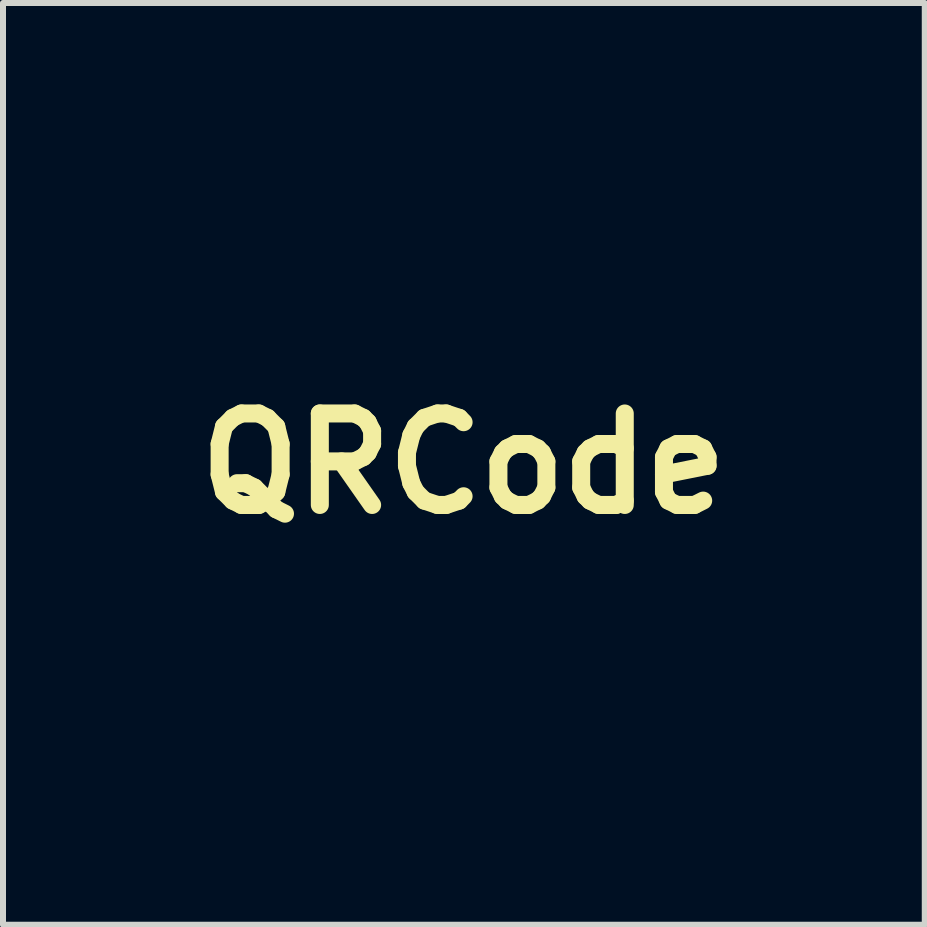
<source format=kicad_pcb>
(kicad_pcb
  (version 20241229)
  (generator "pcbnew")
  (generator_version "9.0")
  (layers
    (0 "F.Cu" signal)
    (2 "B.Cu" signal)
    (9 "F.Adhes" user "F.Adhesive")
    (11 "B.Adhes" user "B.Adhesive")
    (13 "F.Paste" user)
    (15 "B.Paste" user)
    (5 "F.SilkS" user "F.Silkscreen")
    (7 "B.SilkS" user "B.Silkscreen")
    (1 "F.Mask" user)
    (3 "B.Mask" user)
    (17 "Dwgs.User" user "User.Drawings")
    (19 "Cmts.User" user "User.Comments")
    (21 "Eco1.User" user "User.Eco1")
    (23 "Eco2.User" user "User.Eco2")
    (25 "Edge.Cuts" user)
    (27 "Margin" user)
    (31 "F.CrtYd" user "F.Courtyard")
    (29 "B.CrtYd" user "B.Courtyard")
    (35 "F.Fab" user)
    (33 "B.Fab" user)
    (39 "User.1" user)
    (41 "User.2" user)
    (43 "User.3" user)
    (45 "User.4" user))
  (footprint "QRCode"
    (layer "F.Cu")
    (at 4.673 4.673)
    (property "Reference" "QRCode" (at 0 0 0) (layer "F.SilkS") (effects (font (size 1.524 1.524) (thickness 0.3))))
    (attr board_only exclude_from_pos_files exclude_from_bom)
    (fp_poly (pts (xy -4.351 -1.124) (xy -4.673 -1.124) (xy -4.673 -1.447) (xy -4.351 -1.447)) (stroke (width 0) (type solid)) (fill yes) (layer "F.Mask"))
    (fp_poly (pts (xy -4.351 1.134) (xy -4.673 1.134) (xy -4.673 0.811) (xy -4.351 0.811)) (stroke (width 0) (type solid)) (fill yes) (layer "F.Mask"))
    (fp_poly (pts (xy -3.705 2.102) (xy -4.673 2.102) (xy -4.673 1.779) (xy -3.705 1.779)) (stroke (width 0) (type solid)) (fill yes) (layer "F.Mask"))
    (fp_poly (pts (xy -3.06 -3.06) (xy -4.028 -3.06) (xy -4.028 -4.028) (xy -3.06 -4.028)) (stroke (width 0) (type solid)) (fill yes) (layer "F.Mask"))
    (fp_poly (pts (xy -3.06 4.038) (xy -4.028 4.038) (xy -4.028 3.07) (xy -3.06 3.07)) (stroke (width 0) (type solid)) (fill yes) (layer "F.Mask"))
    (fp_poly (pts (xy -2.415 0.811) (xy -2.737 0.811) (xy -2.737 0.489) (xy -2.415 0.489)) (stroke (width 0) (type solid)) (fill yes) (layer "F.Mask"))
    (fp_poly (pts (xy -2.415 1.457) (xy -2.737 1.457) (xy -2.737 1.134) (xy -2.415 1.134)) (stroke (width 0) (type solid)) (fill yes) (layer "F.Mask"))
    (fp_poly (pts (xy -1.124 0.811) (xy -1.447 0.811) (xy -1.447 0.489) (xy -1.124 0.489)) (stroke (width 0) (type solid)) (fill yes) (layer "F.Mask"))
    (fp_poly (pts (xy -0.479 -2.415) (xy -0.802 -2.415) (xy -0.802 -2.737) (xy -0.479 -2.737)) (stroke (width 0) (type solid)) (fill yes) (layer "F.Mask"))
    (fp_poly (pts (xy -0.479 -1.77) (xy -0.802 -1.77) (xy -0.802 -2.092) (xy -0.479 -2.092)) (stroke (width 0) (type solid)) (fill yes) (layer "F.Mask"))
    (fp_poly (pts (xy 1.457 -4.351) (xy 1.134 -4.351) (xy 1.134 -4.673) (xy 1.457 -4.673)) (stroke (width 0) (type solid)) (fill yes) (layer "F.Mask"))
    (fp_poly (pts (xy 1.457 -2.415) (xy 1.134 -2.415) (xy 1.134 -2.737) (xy 1.457 -2.737)) (stroke (width 0) (type solid)) (fill yes) (layer "F.Mask"))
    (fp_poly (pts (xy 2.102 -4.028) (xy 1.457 -4.028) (xy 1.457 -4.351) (xy 2.102 -4.351)) (stroke (width 0) (type solid)) (fill yes) (layer "F.Mask"))
    (fp_poly (pts (xy 2.747 2.747) (xy 2.425 2.747) (xy 2.425 2.425) (xy 2.747 2.425)) (stroke (width 0) (type solid)) (fill yes) (layer "F.Mask"))
    (fp_poly (pts (xy 4.038 -3.06) (xy 3.07 -3.06) (xy 3.07 -4.028) (xy 4.038 -4.028)) (stroke (width 0) (type solid)) (fill yes) (layer "F.Mask"))
    (fp_poly (pts (xy 3.07 0.811) (xy 3.715 0.811) (xy 3.715 1.134) (xy 2.425 1.134) (xy 2.425 0.811) (xy 2.747 0.811) (xy 2.747 0.489) (xy 3.07 0.489)) (stroke (width 0) (type solid)) (fill yes) (layer "F.Mask"))
    (fp_poly (pts (xy -2.415 -2.415) (xy -4.673 -2.415) (xy -4.673 -2.737) (xy -4.351 -2.737) (xy -2.737 -2.737) (xy -2.737 -4.351) (xy -4.351 -4.351) (xy -4.351 -2.737) (xy -4.673 -2.737) (xy -4.673 -4.673) (xy -2.415 -4.673)) (stroke (width 0) (type solid)) (fill yes) (layer "F.Mask"))
    (fp_poly (pts (xy -2.415 4.683) (xy -4.673 4.683) (xy -4.673 4.36) (xy -4.351 4.36) (xy -2.737 4.36) (xy -2.737 2.747) (xy -4.351 2.747) (xy -4.351 4.36) (xy -4.673 4.36) (xy -4.673 2.425) (xy -2.415 2.425)) (stroke (width 0) (type solid)) (fill yes) (layer "F.Mask"))
    (fp_poly (pts (xy 4.683 -2.415) (xy 2.425 -2.415) (xy 2.425 -2.737) (xy 2.747 -2.737) (xy 4.36 -2.737) (xy 4.36 -4.351) (xy 2.747 -4.351) (xy 2.747 -2.737) (xy 2.425 -2.737) (xy 2.425 -4.673) (xy 4.683 -4.673)) (stroke (width 0) (type solid)) (fill yes) (layer "F.Mask"))
    (fp_poly (pts (xy -1.77 -4.028) (xy -1.447 -4.028) (xy -1.447 -3.705) (xy -1.124 -3.705) (xy -1.124 -2.415) (xy -0.802 -2.415) (xy -0.802 -2.092) (xy -1.124 -2.092) (xy -1.124 -1.77) (xy -1.447 -1.77) (xy -1.447 -2.737) (xy -1.77 -2.737) (xy -1.77 -2.415) (xy -2.092 -2.415) (xy -2.092 -3.06) (xy -1.77 -3.06) (xy -1.77 -3.383) (xy -2.092 -3.383) (xy -2.092 -4.673) (xy -1.77 -4.673)) (stroke (width 0) (type solid)) (fill yes) (layer "F.Mask"))
    (fp_poly (pts (xy -1.77 -1.77) (xy -1.77 -1.447) (xy -1.124 -1.447) (xy -1.124 -1.124) (xy -1.447 -1.124) (xy -1.447 -0.802) (xy -1.77 -0.802) (xy -1.77 -1.124) (xy -2.092 -1.124) (xy -2.092 -0.802) (xy -2.415 -0.802) (xy -2.415 -0.479) (xy -2.737 -0.479) (xy -2.737 -0.156) (xy -2.415 -0.156) (xy -2.415 0.166) (xy -2.092 0.166) (xy -2.092 -0.156) (xy -1.124 -0.156) (xy -0.802 -0.156) (xy -0.802 -0.479) (xy -1.124 -0.479) (xy -1.124 -0.156) (xy -2.092 -0.156) (xy -2.092 -0.479) (xy -1.124 -0.479) (xy -1.124 -0.802) (xy -0.802 -0.802) (xy -0.802 -1.124) (xy -0.479 -1.124) (xy -0.479 0.811) (xy -0.802 0.811) (xy -0.802 1.457) (xy -0.479 1.457) (xy -0.479 2.102) (xy 0.489 2.102) (xy 0.489 1.457) (xy 0.166 1.457) (xy 0.166 1.779) (xy -0.156 1.779) (xy -0.156 0.811) (xy 0.166 0.811) (xy 0.166 0.489) (xy -0.156 0.489) (xy -0.156 -0.479) (xy 0.166 -0.479) (xy 0.489 -0.479) (xy 0.489 -1.124) (xy 0.166 -1.124) (xy 0.166 -0.479) (xy -0.156 -0.479) (xy -0.156 -1.447) (xy 0.811 -1.447) (xy 1.134 -1.447) (xy 1.134 -1.77) (xy 0.811 -1.77) (xy 0.811 -1.447) (xy -0.156 -1.447) (xy -0.156 -1.77) (xy 0.166 -1.77) (xy 0.489 -1.77) (xy 0.811 -1.77) (xy 0.811 -2.092) (xy 0.489 -2.092) (xy 0.489 -1.77) (xy 0.166 -1.77) (xy 0.166 -2.415) (xy 0.489 -2.415) (xy 0.489 -2.737) (xy 0.811 -2.737) (xy 0.811 -2.415) (xy 1.134 -2.415) (xy 1.134 -1.77) (xy 1.457 -1.77) (xy 1.457 -2.092) (xy 1.779 -2.092) (xy 1.779 -2.737) (xy 1.457 -2.737) (xy 1.457 -3.06) (xy 1.134 -3.06) (xy 1.134 -3.383) (xy 0.811 -3.383) (xy 0.811 -3.06) (xy 0.166 -3.06) (xy 0.166 -2.415) (xy -0.156 -2.415) (xy -0.156 -2.737) (xy -0.479 -2.737) (xy -0.479 -3.06) (xy -0.156 -3.06) (xy -0.156 -3.383) (xy 0.166 -3.383) (xy 0.811 -3.383) (xy 0.811 -3.705) (xy 0.166 -3.705) (xy 0.166 -3.383) (xy -0.156 -3.383) (xy -0.479 -3.383) (xy -0.479 -3.06) (xy -0.802 -3.06) (xy -0.802 -4.028) (xy -1.124 -4.028) (xy -1.124 -4.351) (xy -0.479 -4.351) (xy -0.479 -4.673) (xy -0.156 -4.673) (xy -0.156 -4.028) (xy -0.479 -4.028) (xy -0.479 -3.705) (xy 0.166 -3.705) (xy 0.166 -4.028) (xy 0.489 -4.028) (xy 0.489 -4.351) (xy 0.166 -4.351) (xy 0.166 -4.673) (xy 0.811 -4.673) (xy 0.811 -4.028) (xy 1.457 -4.028) (xy 1.457 -3.705) (xy 1.779 -3.705) (xy 1.779 -3.383) (xy 1.457 -3.383) (xy 1.457 -3.06) (xy 2.102 -3.06) (xy 2.102 -2.092) (xy 1.779 -2.092) (xy 1.779 -1.77) (xy 1.457 -1.77) (xy 1.457 -1.124) (xy 1.779 -1.124) (xy 1.779 -0.802) (xy 2.425 -0.802) (xy 2.425 -1.447) (xy 2.102 -1.447) (xy 2.102 -1.77) (xy 2.747 -1.77) (xy 2.747 -2.092) (xy 3.07 -2.092) (xy 3.07 -1.77) (xy 3.393 -1.77) (xy 3.393 -2.092) (xy 4.683 -2.092) (xy 4.683 -0.802) (xy 4.36 -0.802) (xy 4.36 -0.479) (xy 4.683 -0.479) (xy 4.683 0.489) (xy 4.36 0.489) (xy 4.36 0.811) (xy 4.683 0.811) (xy 4.683 2.747) (xy 4.36 2.747) (xy 4.36 1.779) (xy 4.038 1.779) (xy 4.038 1.457) (xy 4.36 1.457) (xy 4.36 1.134) (xy 4.038 1.134) (xy 4.038 1.457) (xy 3.715 1.457) (xy 3.715 1.134) (xy 4.038 1.134) (xy 4.038 0.166) (xy 4.36 0.166) (xy 4.36 -0.156) (xy 4.038 -0.156) (xy 4.038 0.166) (xy 3.393 0.166) (xy 3.393 -0.156) (xy 3.07 -0.156) (xy 3.07 0.166) (xy 2.425 0.166) (xy 2.425 0.489) (xy 2.102 0.489) (xy 2.102 1.457) (xy 2.425 1.457) (xy 2.425 1.779) (xy 2.747 1.779) (xy 2.747 1.457) (xy 3.393 1.457) (xy 3.393 1.779) (xy 3.715 1.779) (xy 3.715 2.102) (xy 3.393 2.102) (xy 3.393 2.425) (xy 4.038 2.425) (xy 4.038 2.747) (xy 3.393 2.747) (xy 3.393 3.07) (xy 3.715 3.07) (xy 3.715 3.393) (xy 2.425 3.393) (xy 2.425 4.038) (xy 2.747 4.038) (xy 2.747 4.36) (xy 3.07 4.36) (xy 3.07 4.038) (xy 3.393 4.038) (xy 3.393 3.715) (xy 4.36 3.715) (xy 4.36 3.393) (xy 4.038 3.393) (xy 4.038 3.07) (xy 4.683 3.07) (xy 4.683 4.36) (xy 4.36 4.36) (xy 4.36 4.683) (xy 4.038 4.683) (xy 4.038 4.038) (xy 3.715 4.038) (xy 3.715 4.683) (xy 1.779 4.683) (xy 1.779 4.038) (xy 1.457 4.038) (xy 1.457 4.36) (xy 1.134 4.36) (xy 1.134 4.683) (xy 0.166 4.683) (xy 0.166 4.36) (xy -0.156 4.36) (xy -0.156 4.038) (xy 0.166 4.038) (xy 0.489 4.038) (xy 1.134 4.038) (xy 1.134 3.715) (xy 1.457 3.715) (xy 2.102 3.715) (xy 2.102 3.393) (xy 1.457 3.393) (xy 1.457 3.715) (xy 1.134 3.715) (xy 0.489 3.715) (xy 0.489 4.038) (xy 0.166 4.038) (xy 0.166 3.715) (xy -0.156 3.715) (xy -0.156 4.038) (xy -0.479 4.038) (xy -0.479 3.393) (xy -0.802 3.393) (xy -0.802 4.36) (xy -0.479 4.36) (xy -0.479 4.683) (xy -1.447 4.683) (xy -1.447 4.36) (xy -1.124 4.36) (xy -1.124 4.038) (xy -1.447 4.038) (xy -1.447 4.36) (xy -1.77 4.36) (xy -1.77 4.683) (xy -2.092 4.683) (xy -2.092 4.038) (xy -1.77 4.038) (xy -1.77 3.715) (xy -1.124 3.715) (xy -1.124 3.393) (xy -2.092 3.393) (xy -2.092 3.07) (xy -1.77 3.07) (xy -1.124 3.07) (xy -0.802 3.07) (xy -0.479 3.07) (xy -0.479 3.393) (xy 0.811 3.393) (xy 0.811 2.747) (xy 1.134 2.747) (xy 1.134 3.393) (xy 1.457 3.393) (xy 1.457 3.07) (xy 2.102 3.07) (xy 3.07 3.07) (xy 3.07 2.102) (xy 2.102 2.102) (xy 2.102 3.07) (xy 1.457 3.07) (xy 1.457 2.102) (xy 1.779 2.102) (xy 1.779 0.489) (xy 1.134 0.489) (xy 1.134 0.811) (xy 0.811 0.811) (xy 0.811 0.166) (xy 1.779 0.166) (xy 1.779 -0.156) (xy 2.425 -0.156) (xy 2.425 -0.479) (xy 4.038 -0.479) (xy 4.038 -1.124) (xy 4.36 -1.124) (xy 4.36 -1.447) (xy 3.07 -1.447) (xy 3.07 -1.124) (xy 3.715 -1.124) (xy 3.715 -0.802) (xy 2.425 -0.802) (xy 2.425 -0.479) (xy 1.779 -0.479) (xy 1.779 -0.156) (xy 1.457 -0.156) (xy 1.457 -0.802) (xy 1.134 -0.802) (xy 1.134 -0.479) (xy 0.811 -0.479) (xy 0.811 -0.156) (xy 0.489 -0.156) (xy 0.489 0.166) (xy 0.166 0.166) (xy 0.166 0.489) (xy 0.489 0.489) (xy 0.489 1.134) (xy 1.457 1.134) (xy 1.457 1.457) (xy 1.134 1.457) (xy 1.134 2.102) (xy 0.811 2.102) (xy 0.811 2.425) (xy 0.489 2.425) (xy 0.489 3.07) (xy -0.156 3.07) (xy -0.156 2.747) (xy 0.166 2.747) (xy 0.166 2.425) (xy -0.479 2.425) (xy -0.479 2.747) (xy -0.802 2.747) (xy -0.802 3.07) (xy -1.124 3.07) (xy -1.124 2.425) (xy -0.802 2.425) (xy -0.479 2.425) (xy -0.479 2.102) (xy -0.802 2.102) (xy -0.802 2.425) (xy -1.124 2.425) (xy -1.447 2.425) (xy -1.447 2.747) (xy -1.77 2.747) (xy -1.77 3.07) (xy -2.092 3.07) (xy -2.092 2.747) (xy -1.77 2.747) (xy -1.77 2.425) (xy -2.092 2.425) (xy -2.092 2.102) (xy -1.447 2.102) (xy -1.447 1.779) (xy -1.124 1.779) (xy -0.802 1.779) (xy -0.802 1.457) (xy -1.124 1.457) (xy -1.124 1.779) (xy -1.447 1.779) (xy -2.415 1.779) (xy -2.415 2.102) (xy -2.737 2.102) (xy -2.737 1.779) (xy -3.383 1.779) (xy -3.383 1.457) (xy -4.028 1.457) (xy -4.028 1.134) (xy -3.383 1.134) (xy -3.383 0.811) (xy -4.028 0.811) (xy -4.028 0.489) (xy -3.705 0.489) (xy -3.383 0.489) (xy -3.383 0.811) (xy -2.737 0.811) (xy -2.737 1.134) (xy -3.06 1.134) (xy -3.06 1.457) (xy -2.737 1.457) (xy -2.737 1.779) (xy -2.415 1.779) (xy -2.415 1.457) (xy -1.77 1.457) (xy -1.77 1.134) (xy -2.092 1.134) (xy -2.092 0.811) (xy -1.447 0.811) (xy -1.447 1.134) (xy -1.124 1.134) (xy -1.124 0.811) (xy -0.802 0.811) (xy -0.802 0.489) (xy -1.124 0.489) (xy -1.124 0.166) (xy -1.447 0.166) (xy -1.447 0.489) (xy -1.77 0.489) (xy -1.77 0.166) (xy -2.092 0.166) (xy -2.092 0.489) (xy -2.415 0.489) (xy -2.415 0.166) (xy -2.737 0.166) (xy -2.737 0.489) (xy -3.06 0.489) (xy -3.06 -0.156) (xy -3.705 -0.156) (xy -3.705 0.489) (xy -4.028 0.489) (xy -4.351 0.489) (xy -4.351 0.166) (xy -4.028 0.166) (xy -4.028 -0.156) (xy -4.351 -0.156) (xy -4.351 0.166) (xy -4.673 0.166) (xy -4.673 -0.479) (xy -4.028 -0.479) (xy -3.383 -0.479) (xy -3.06 -0.479) (xy -3.06 -0.802) (xy -2.737 -0.802) (xy -2.415 -0.802) (xy -2.415 -1.124) (xy -2.737 -1.124) (xy -2.737 -0.802) (xy -3.06 -0.802) (xy -3.383 -0.802) (xy -3.383 -0.479) (xy -4.028 -0.479) (xy -4.028 -0.802) (xy -3.705 -0.802) (xy -3.705 -1.447) (xy -3.383 -1.447) (xy -3.06 -1.447) (xy -3.06 -1.124) (xy -2.737 -1.124) (xy -2.737 -1.447) (xy -2.415 -1.447) (xy -2.415 -1.77) (xy -3.383 -1.77) (xy -3.383 -1.447) (xy -3.705 -1.447) (xy -4.351 -1.447) (xy -4.351 -1.77) (xy -4.673 -1.77) (xy -4.673 -2.092) (xy -4.028 -2.092) (xy -4.028 -1.77) (xy -3.383 -1.77) (xy -3.383 -2.092) (xy -2.415 -2.092) (xy -2.415 -1.77)) (stroke (width 0) (type solid)) (fill yes) (layer "F.Mask")))
  (gr_rect
    (start -3 -3)
    (end 12.356 12.356)
    (stroke (width 0.1) (type default))
    (fill no)
    (layer "Edge.Cuts")))
</source>
